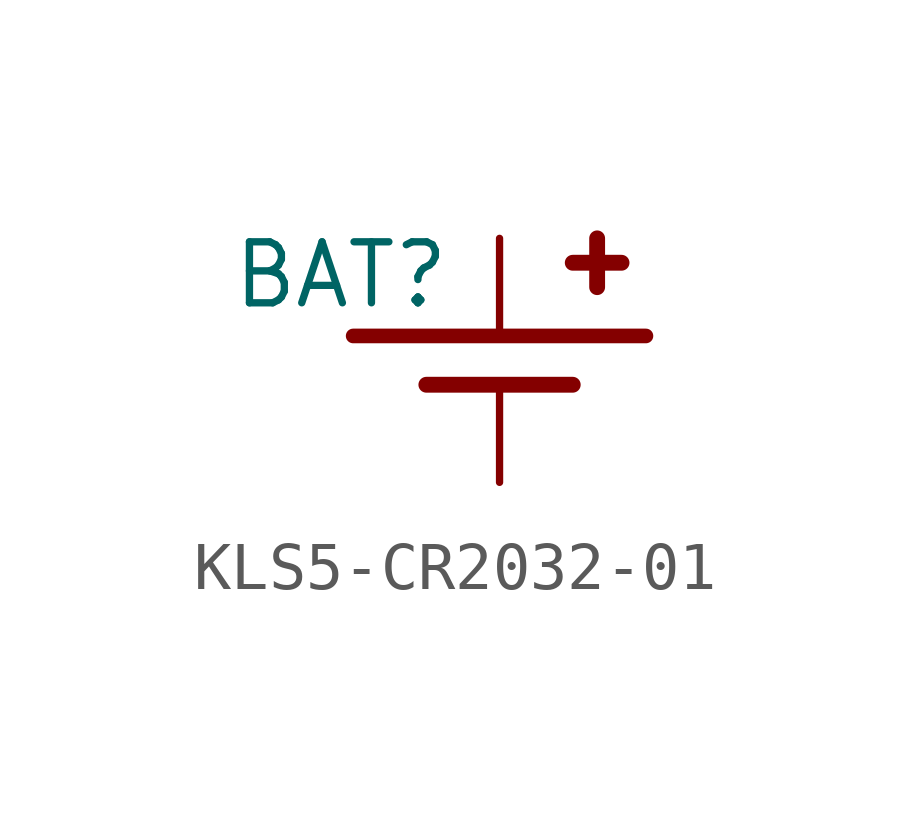
<source format=kicad_sym>
(kicad_symbol_lib
  (version 20220914)
  (generator kicad_symbol_editor)
  (symbol "KLS5-CR2032-01"
    (pin_numbers hide)
    (pin_names
      (offset 0.254) hide)
    (property "Reference" "BAT"
      (at -3.302 1.778 0)
      (effects (font (size 1.27 1.27))))
    (symbol "KLS5-CR2032-01_0_1"
      (polyline (pts (xy -3.048 0.508) (xy 3.048 0.508)) (stroke (width 0.305) (type default)) (fill (type none)))
      (polyline (pts (xy -1.524 -0.508) (xy 1.524 -0.508)) (stroke (width 0.33) (type default)) (fill (type none)))
      (polyline (pts (xy 2.032 1.524) (xy 2.032 2.54)) (stroke (width 0.33) (type default)) (fill (type none)))
      (polyline (pts (xy 2.54 2.032) (xy 1.524 2.032)) (stroke (width 0.33) (type default)) (fill (type none))))
    (symbol "KLS5-CR2032-01_1_1"
      (pin power_out line (at 0 2.54 270) (length 2.032) (name "~" (effects (font (size 1.27 1.27)))) (number "1" (effects (font (size 1.27 1.27)))))
      (pin power_out line (at 0 -2.54 90) (length 2.032) (name "~" (effects (font (size 1.27 1.27)))) (number "2" (effects (font (size 1.27 1.27))))))))
</source>
